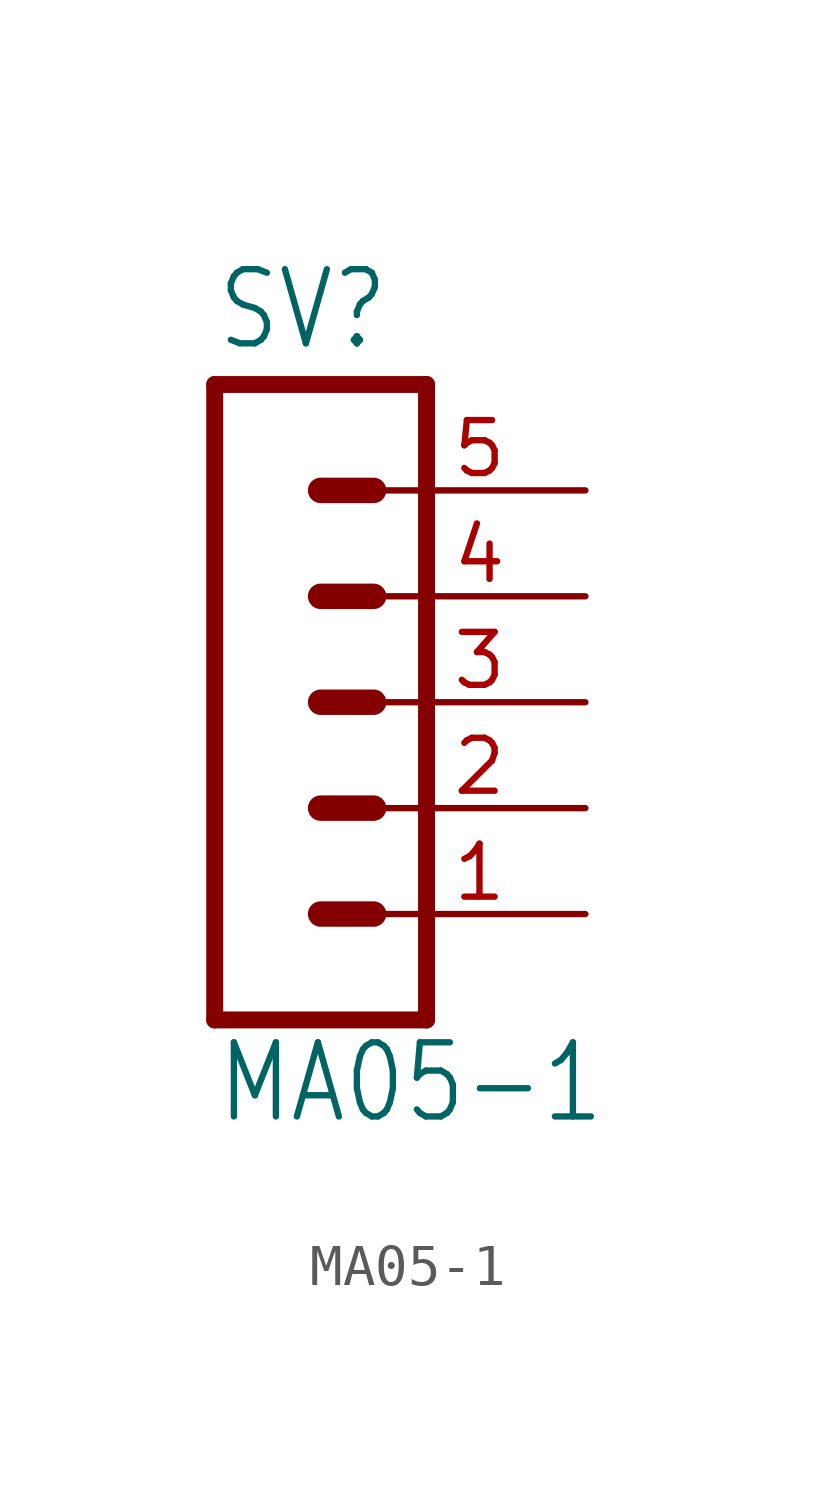
<source format=kicad_sym>
(kicad_symbol_lib
  (version 20211014)
  (generator kicad_symbol_editor)
  (symbol "MA05-1"
    (property "Reference" "SV"
      (at -1.27 8.382 0)
      (effects (font (size 1.778 1.511)) (justify left bottom)))
    (property "Value" "MA05-1"
      (at -1.27 -10.16 0)
      (effects (font (size 1.778 1.511)) (justify left bottom)))
    (property "ki_locked" ""
      (at 0 0 0)
      (effects (font (size 1.27 1.27))))
    (symbol "MA05-1_1_0"
      (polyline (pts (xy -1.27 7.62) (xy -1.27 -7.62)) (stroke (width 0.406) (type default) (color 0 0 0 0)) (fill (type none)))
      (polyline (pts (xy -1.27 7.62) (xy 3.81 7.62)) (stroke (width 0.406) (type default) (color 0 0 0 0)) (fill (type none)))
      (polyline (pts (xy 1.27 -5.08) (xy 2.54 -5.08)) (stroke (width 0.61) (type default) (color 0 0 0 0)) (fill (type none)))
      (polyline (pts (xy 1.27 -2.54) (xy 2.54 -2.54)) (stroke (width 0.61) (type default) (color 0 0 0 0)) (fill (type none)))
      (polyline (pts (xy 1.27 0) (xy 2.54 0)) (stroke (width 0.61) (type default) (color 0 0 0 0)) (fill (type none)))
      (polyline (pts (xy 1.27 2.54) (xy 2.54 2.54)) (stroke (width 0.61) (type default) (color 0 0 0 0)) (fill (type none)))
      (polyline (pts (xy 1.27 5.08) (xy 2.54 5.08)) (stroke (width 0.61) (type default) (color 0 0 0 0)) (fill (type none)))
      (polyline (pts (xy 3.81 -7.62) (xy -1.27 -7.62)) (stroke (width 0.406) (type default) (color 0 0 0 0)) (fill (type none)))
      (polyline (pts (xy 3.81 -7.62) (xy 3.81 7.62)) (stroke (width 0.406) (type default) (color 0 0 0 0)) (fill (type none)))
      (pin passive line (at 7.62 -5.08 180) (length 5.08) (name "1" (effects (font (size 0 0)))) (number "1" (effects (font (size 1.27 1.27)))))
      (pin passive line (at 7.62 -2.54 180) (length 5.08) (name "2" (effects (font (size 0 0)))) (number "2" (effects (font (size 1.27 1.27)))))
      (pin passive line (at 7.62 0 180) (length 5.08) (name "3" (effects (font (size 0 0)))) (number "3" (effects (font (size 1.27 1.27)))))
      (pin passive line (at 7.62 2.54 180) (length 5.08) (name "4" (effects (font (size 0 0)))) (number "4" (effects (font (size 1.27 1.27)))))
      (pin passive line (at 7.62 5.08 180) (length 5.08) (name "5" (effects (font (size 0 0)))) (number "5" (effects (font (size 1.27 1.27))))))))
</source>
